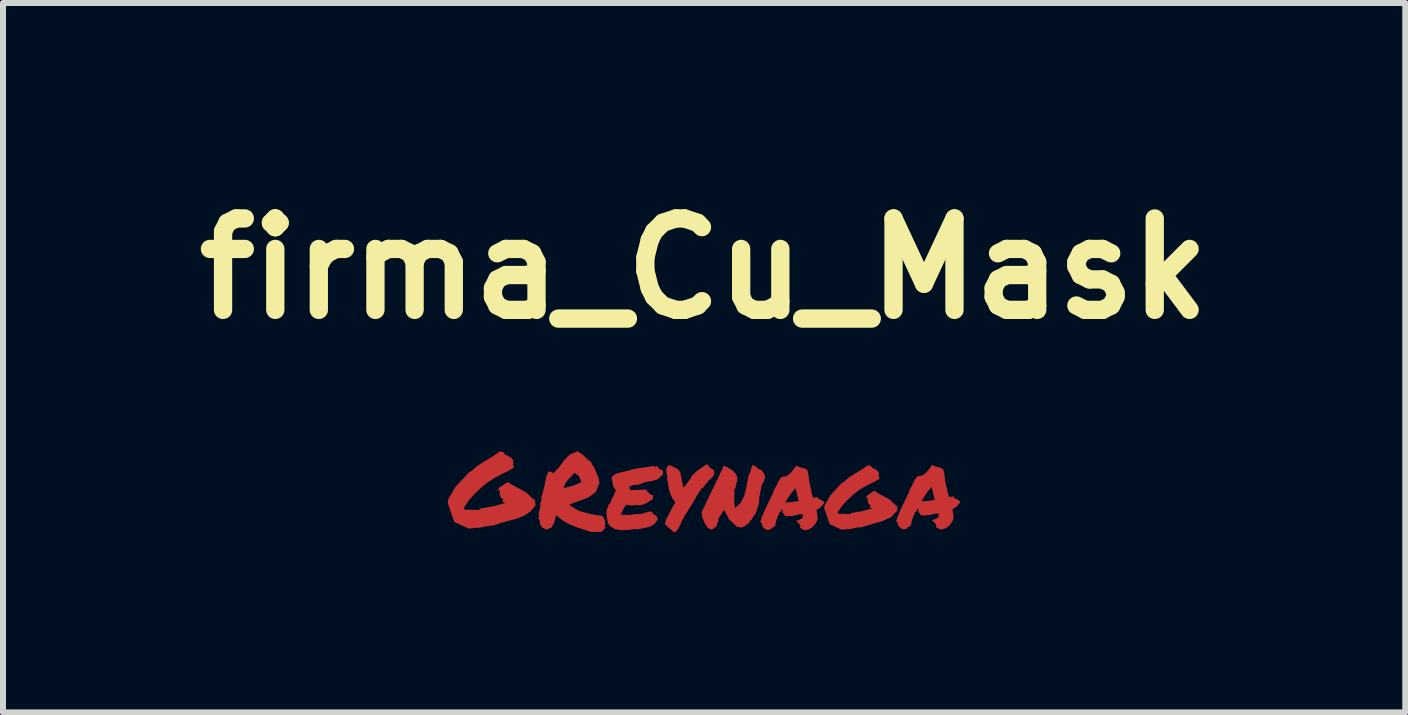
<source format=kicad_pcb>
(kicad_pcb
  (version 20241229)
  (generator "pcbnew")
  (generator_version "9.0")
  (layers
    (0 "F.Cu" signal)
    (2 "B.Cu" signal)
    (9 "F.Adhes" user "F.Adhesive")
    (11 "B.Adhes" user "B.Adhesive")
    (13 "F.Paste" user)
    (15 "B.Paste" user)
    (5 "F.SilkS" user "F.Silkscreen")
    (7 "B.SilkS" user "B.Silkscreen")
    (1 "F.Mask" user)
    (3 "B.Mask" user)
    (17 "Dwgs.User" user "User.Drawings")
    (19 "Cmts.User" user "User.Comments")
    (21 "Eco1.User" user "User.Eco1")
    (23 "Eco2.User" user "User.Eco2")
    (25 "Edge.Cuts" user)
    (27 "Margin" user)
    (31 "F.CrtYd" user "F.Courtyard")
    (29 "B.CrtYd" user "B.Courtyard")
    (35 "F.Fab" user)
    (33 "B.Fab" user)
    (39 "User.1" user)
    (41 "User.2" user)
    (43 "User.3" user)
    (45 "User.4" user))
  (footprint "firma_Cu_Mask"
    (layer "F.Cu")
    (at 8.687 5.157)
    (property "Reference" "firma_Cu_Mask" (at 0 -3.731 0) (layer "F.SilkS") (effects (font (size 1.524 1.524) (thickness 0.305))))
    (attr smd)
    (fp_poly (pts (xy 3.223 0.299) (xy 3.115 0.414) (xy 2.966 0.481) (xy 2.796 0.528) (xy 2.625 0.581) (xy 2.582 0.583) (xy 2.548 0.588) (xy 2.517 0.593) (xy 2.482 0.597) (xy 2.474 0.6) (xy 2.469 0.607) (xy 2.415 0.612) (xy 2.377 0.612) (xy 2.334 0.618) (xy 2.296 0.623) (xy 2.093 0.531) (xy 2.012 0.294) (xy 2.009 0.283) (xy 2.002 0.278) (xy 2.005 0.249) (xy 2.007 0.218) (xy 2.109 0.042) (xy 2.245 -0.103) (xy 2.265 -0.123) (xy 2.281 -0.144) (xy 2.3 -0.161) (xy 2.326 -0.173) (xy 2.412 -0.249) (xy 2.517 -0.314) (xy 2.625 -0.378) (xy 2.725 -0.45) (xy 2.753 -0.445) (xy 2.772 -0.445) (xy 2.804 -0.409) (xy 2.848 -0.387) (xy 2.889 -0.361) (xy 2.918 -0.32) (xy 2.908 -0.311) (xy 2.913 -0.295) (xy 2.915 -0.28) (xy 2.903 -0.273) (xy 2.913 -0.263) (xy 2.923 -0.254) (xy 2.918 -0.24) (xy 2.918 -0.223) (xy 2.841 -0.18) (xy 2.753 -0.135) (xy 2.658 -0.085) (xy 2.563 -0.025) (xy 2.469 0.053) (xy 2.375 0.14) (xy 2.291 0.237) (xy 2.224 0.333) (xy 2.231 0.347) (xy 2.239 0.359) (xy 2.341 0.359) (xy 2.437 0.364) (xy 2.444 0.354) (xy 2.453 0.344) (xy 2.636 0.313) (xy 2.808 0.266) (xy 2.782 0.258) (xy 2.761 0.249) (xy 2.761 0.235) (xy 2.779 0.221) (xy 2.739 0.187) (xy 2.722 0.132) (xy 2.732 0.111) (xy 2.722 0.092) (xy 2.713 0.092) (xy 2.71 0.097) (xy 2.708 0.104) (xy 2.699 0.103) (xy 2.706 0.077) (xy 2.717 0.053) (xy 2.835 -0.027) (xy 2.882 0.004) (xy 2.939 0.037) (xy 3.001 0.07) (xy 3.061 0.101) (xy 3.104 0.128) (xy 3.14 0.165) (xy 3.175 0.199) (xy 3.218 0.228) (xy 3.22 0.265) (xy 3.223 0.299) (xy 3.223 0.299)) (stroke (width 0) (type solid)) (fill yes) (layer "F.Cu"))
    (fp_poly (pts (xy -4.274 0.192) (xy -4.269 0.158) (xy -4.267 0.118) (xy -4.146 -0.092) (xy -3.983 -0.264) (xy -3.959 -0.288) (xy -3.94 -0.314) (xy -3.917 -0.335) (xy -3.886 -0.349) (xy -3.783 -0.44) (xy -3.657 -0.519) (xy -3.526 -0.597) (xy -3.406 -0.683) (xy -3.376 -0.674) (xy -3.352 -0.676) (xy -3.313 -0.629) (xy -3.261 -0.603) (xy -3.211 -0.572) (xy -3.175 -0.524) (xy -3.187 -0.516) (xy -3.182 -0.497) (xy -3.178 -0.478) (xy -3.194 -0.469) (xy -3.182 -0.457) (xy -3.17 -0.445) (xy -3.175 -0.428) (xy -3.175 -0.409) (xy -3.268 -0.355) (xy -3.375 -0.304) (xy -3.488 -0.243) (xy -3.602 -0.171) (xy -3.717 -0.08) (xy -3.828 0.027) (xy -3.928 0.142) (xy -4.007 0.258) (xy -3.998 0.273) (xy -3.988 0.289) (xy -3.866 0.289) (xy -3.752 0.296) (xy -3.743 0.282) (xy -3.733 0.27) (xy -3.514 0.232) (xy -3.308 0.177) (xy -3.363 0.158) (xy -3.363 0.141) (xy -3.344 0.123) (xy -3.39 0.082) (xy -3.411 0.015) (xy -3.399 -0.009) (xy -3.411 -0.032) (xy -3.421 -0.032) (xy -3.425 -0.025) (xy -3.428 -0.018) (xy -3.437 -0.018) (xy -3.428 -0.049) (xy -3.418 -0.078) (xy -3.275 -0.173) (xy -3.22 -0.137) (xy -3.151 -0.099) (xy -3.077 -0.059) (xy -3.006 -0.021) (xy -2.953 0.013) (xy -2.91 0.055) (xy -2.868 0.096) (xy -2.818 0.13) (xy -2.815 0.175) (xy -2.811 0.217) (xy -2.891 0.316) (xy -2.996 0.385) (xy -3.118 0.435) (xy -3.252 0.473) (xy -3.392 0.511) (xy -3.528 0.556) (xy -3.578 0.558) (xy -3.618 0.563) (xy -3.655 0.57) (xy -3.697 0.575) (xy -3.709 0.578) (xy -3.716 0.587) (xy -3.778 0.592) (xy -3.824 0.592) (xy -3.874 0.599) (xy -3.922 0.604) (xy -4.165 0.494) (xy -4.262 0.21) (xy -4.265 0.199) (xy -4.274 0.192) (xy -4.274 0.192)) (stroke (width 0) (type solid)) (fill yes) (layer "F.Cu"))
    (fp_poly (pts (xy -2.739 0.461) (xy -2.315 -0.149) (xy -2.344 -0.07) (xy -2.193 -0.109) (xy -2.043 -0.171) (xy -2.088 -0.273) (xy -2.164 -0.326) (xy -2.164 -0.326) (xy -2.213 -0.266) (xy -2.269 -0.211) (xy -2.315 -0.149) (xy -2.739 0.461) (xy -2.754 0.449) (xy -2.77 0.419) (xy -2.751 0.419) (xy -2.758 0.351) (xy -2.742 0.288) (xy -2.728 0.23) (xy -2.734 0.17) (xy -2.721 0.166) (xy -2.715 0.142) (xy -2.713 0.111) (xy -2.715 0.084) (xy -2.68 -0.027) (xy -2.656 -0.139) (xy -2.634 -0.247) (xy -2.599 -0.347) (xy -2.549 -0.34) (xy -2.513 -0.318) (xy -2.418 -0.418) (xy -2.336 -0.531) (xy -2.239 -0.631) (xy -2.107 -0.683) (xy -2.014 -0.619) (xy -1.929 -0.537) (xy -1.903 -0.518) (xy -1.876 -0.5) (xy -1.876 -0.475) (xy -1.836 -0.421) (xy -1.807 -0.357) (xy -1.781 -0.29) (xy -1.753 -0.227) (xy -1.757 -0.208) (xy -1.753 -0.192) (xy -1.748 -0.175) (xy -1.746 -0.152) (xy -1.807 -0.004) (xy -1.934 0.087) (xy -2.093 0.147) (xy -2.246 0.201) (xy -2.239 0.208) (xy -2.234 0.218) (xy -2.155 0.268) (xy -2.101 0.301) (xy -2.046 0.321) (xy -1.962 0.342) (xy -1.879 0.363) (xy -1.824 0.375) (xy -1.772 0.382) (xy -1.698 0.39) (xy -1.667 0.435) (xy -1.65 0.487) (xy -1.648 0.537) (xy -1.662 0.573) (xy -1.653 0.58) (xy -1.636 0.58) (xy -1.657 0.6) (xy -1.674 0.624) (xy -1.695 0.647) (xy -1.722 0.659) (xy -1.881 0.661) (xy -2.127 0.581) (xy -2.248 0.531) (xy -2.329 0.488) (xy -2.392 0.442) (xy -2.46 0.382) (xy -2.467 0.388) (xy -2.472 0.395) (xy -2.499 0.507) (xy -2.551 0.595) (xy -2.589 0.6) (xy -2.611 0.619) (xy -2.637 0.618) (xy -2.653 0.609) (xy -2.668 0.599) (xy -2.696 0.595) (xy -2.706 0.566) (xy -2.734 0.552) (xy -2.73 0.526) (xy -2.735 0.506) (xy -2.742 0.485) (xy -2.739 0.461) (xy -2.739 0.461)) (stroke (width 0) (type solid)) (fill yes) (layer "F.Cu"))
    (fp_poly (pts (xy -0.685 -0.361) (xy -0.685 -0.342) (xy -0.687 -0.332) (xy -0.687 -0.32) (xy -0.684 -0.302) (xy -0.768 -0.221) (xy -0.87 -0.19) (xy -0.983 -0.171) (xy -1.097 -0.127) (xy -1.138 -0.127) (xy -1.19 -0.121) (xy -1.216 -0.106) (xy -1.247 -0.097) (xy -1.242 -0.065) (xy -1.237 -0.039) (xy -1.104 -0.04) (xy -0.959 -0.049) (xy -0.961 -0.037) (xy -0.963 -0.028) (xy -0.939 -0.006) (xy -0.914 0.018) (xy -0.89 0.039) (xy -0.859 0.044) (xy -0.851 0.075) (xy -0.854 0.108) (xy -0.909 0.147) (xy -0.968 0.182) (xy -1.031 0.208) (xy -1.106 0.215) (xy -1.119 0.215) (xy -1.13 0.209) (xy -1.169 0.215) (xy -1.207 0.22) (xy -1.254 0.213) (xy -1.3 0.206) (xy -1.35 0.283) (xy -1.39 0.371) (xy -1.293 0.378) (xy -1.219 0.373) (xy -1.149 0.364) (xy -1.057 0.361) (xy -0.976 0.337) (xy -0.889 0.316) (xy -0.864 0.335) (xy -0.845 0.359) (xy -0.825 0.378) (xy -0.799 0.385) (xy -0.79 0.402) (xy -0.785 0.42) (xy -0.78 0.435) (xy -0.764 0.438) (xy -0.825 0.526) (xy -0.901 0.571) (xy -0.997 0.595) (xy -1.112 0.616) (xy -1.138 0.614) (xy -1.162 0.611) (xy -1.257 0.626) (xy -1.369 0.631) (xy -1.478 0.616) (xy -1.562 0.571) (xy -1.581 0.544) (xy -1.603 0.518) (xy -1.61 0.468) (xy -1.621 0.411) (xy -1.629 0.351) (xy -1.626 0.297) (xy -1.605 0.251) (xy -1.593 0.206) (xy -1.583 0.197) (xy -1.569 0.191) (xy -1.547 0.132) (xy -1.522 0.079) (xy -1.497 0.027) (xy -1.471 -0.033) (xy -1.507 -0.082) (xy -1.522 -0.135) (xy -1.531 -0.19) (xy -1.543 -0.249) (xy -1.502 -0.29) (xy -1.447 -0.318) (xy -1.383 -0.335) (xy -1.31 -0.35) (xy -1.188 -0.385) (xy -1.081 -0.404) (xy -0.971 -0.419) (xy -0.842 -0.44) (xy -0.813 -0.424) (xy -0.797 -0.433) (xy -0.789 -0.443) (xy -0.746 -0.393) (xy -0.685 -0.361) (xy -0.685 -0.361)) (stroke (width 0) (type solid)) (fill yes) (layer "F.Cu"))
    (fp_poly (pts (xy -0.176 0.158) (xy -0.196 0.183) (xy -0.213 0.213) (xy -0.232 0.249) (xy -0.258 0.28) (xy -0.275 0.321) (xy -0.303 0.354) (xy -0.384 0.504) (xy -0.394 0.535) (xy -0.41 0.562) (xy -0.417 0.574) (xy -0.422 0.583) (xy -0.425 0.6) (xy -0.444 0.624) (xy -0.463 0.643) (xy -0.475 0.657) (xy -0.501 0.667) (xy -0.654 0.533) (xy -0.653 0.516) (xy -0.647 0.499) (xy -0.641 0.478) (xy -0.625 0.43) (xy -0.596 0.387) (xy -0.58 0.349) (xy -0.539 0.268) (xy -0.501 0.202) (xy -0.479 0.164) (xy -0.52 0.115) (xy -0.56 0.032) (xy -0.584 -0.039) (xy -0.589 -0.077) (xy -0.596 -0.109) (xy -0.604 -0.147) (xy -0.608 -0.187) (xy -0.618 -0.211) (xy -0.615 -0.228) (xy -0.613 -0.259) (xy -0.622 -0.301) (xy -0.63 -0.339) (xy -0.632 -0.38) (xy -0.622 -0.418) (xy -0.589 -0.451) (xy -0.56 -0.452) (xy -0.53 -0.435) (xy -0.501 -0.419) (xy -0.465 -0.402) (xy -0.429 -0.38) (xy -0.417 -0.356) (xy -0.394 -0.337) (xy -0.394 -0.318) (xy -0.393 -0.299) (xy -0.386 -0.271) (xy -0.379 -0.251) (xy -0.374 -0.204) (xy -0.363 -0.165) (xy -0.353 -0.125) (xy -0.351 -0.08) (xy -0.334 -0.092) (xy -0.327 -0.097) (xy -0.32 -0.103) (xy -0.219 -0.24) (xy -0.222 -0.258) (xy -0.186 -0.292) (xy -0.16 -0.318) (xy -0.138 -0.344) (xy -0.119 -0.358) (xy 0.038 -0.464) (xy 0.062 -0.468) (xy 0.069 -0.445) (xy 0.097 -0.411) (xy 0.143 -0.382) (xy 0.159 -0.371) (xy 0.167 -0.345) (xy 0.166 -0.33) (xy 0.173 -0.313) (xy 0.138 -0.252) (xy 0.1 -0.218) (xy 0.071 -0.192) (xy 0.052 -0.165) (xy 0.04 -0.151) (xy -0.007 -0.096) (xy -0.012 -0.075) (xy -0.033 -0.075) (xy -0.041 -0.068) (xy -0.058 -0.039) (xy -0.076 -0.016) (xy -0.084 -0.008) (xy -0.089 0.006) (xy -0.095 0.02) (xy -0.122 0.054) (xy -0.134 0.078) (xy -0.148 0.106) (xy -0.167 0.132) (xy -0.176 0.158)) (stroke (width 0) (type solid)) (fill yes) (layer "F.Cu"))
    (fp_poly (pts (xy 0.333 0.295) (xy 0.31 0.314) (xy 0.296 0.344) (xy 0.284 0.373) (xy 0.267 0.385) (xy 0.257 0.409) (xy 0.243 0.431) (xy 0.233 0.456) (xy 0.236 0.485) (xy 0.219 0.514) (xy 0.21 0.55) (xy 0.197 0.58) (xy 0.159 0.59) (xy 0.157 0.599) (xy 0.162 0.611) (xy 0.133 0.612) (xy 0.11 0.621) (xy 0.055 0.585) (xy 0.017 0.528) (xy -0.012 0.462) (xy -0.036 0.406) (xy -0.034 0.369) (xy -0.046 0.338) (xy -0.025 0.293) (xy -0.003 0.247) (xy 0.019 0.201) (xy 0.042 0.153) (xy 0.065 0.105) (xy 0.089 0.056) (xy 0.113 0.006) (xy 0.138 -0.044) (xy 0.163 -0.095) (xy 0.187 -0.145) (xy 0.211 -0.196) (xy 0.235 -0.246) (xy 0.259 -0.296) (xy 0.282 -0.346) (xy 0.305 -0.396) (xy 0.327 -0.445) (xy 0.405 -0.409) (xy 0.476 -0.364) (xy 0.531 -0.304) (xy 0.56 -0.23) (xy 0.551 -0.221) (xy 0.545 -0.22) (xy 0.551 -0.208) (xy 0.551 -0.201) (xy 0.551 -0.19) (xy 0.557 -0.175) (xy 0.546 -0.173) (xy 0.536 -0.173) (xy 0.539 -0.142) (xy 0.532 -0.12) (xy 0.524 -0.099) (xy 0.526 -0.072) (xy 0.517 -0.068) (xy 0.514 -0.063) (xy 0.508 -0.058) (xy 0.501 -0.058) (xy 0.505 0.018) (xy 0.501 0.095) (xy 0.503 0.176) (xy 0.515 0.263) (xy 0.613 0.17) (xy 0.674 0.042) (xy 0.71 -0.11) (xy 0.736 -0.275) (xy 0.76 -0.313) (xy 0.775 -0.359) (xy 0.789 -0.409) (xy 0.806 -0.456) (xy 0.849 -0.439) (xy 0.884 -0.411) (xy 0.917 -0.383) (xy 0.96 -0.368) (xy 0.998 -0.311) (xy 1.02 -0.252) (xy 1.006 -0.221) (xy 0.998 -0.187) (xy 0.984 -0.154) (xy 0.96 -0.13) (xy 0.946 -0.047) (xy 0.93 0.025) (xy 0.918 0.101) (xy 0.915 0.185) (xy 0.886 0.269) (xy 0.861 0.35) (xy 0.818 0.404) (xy 0.786 0.466) (xy 0.777 0.469) (xy 0.765 0.464) (xy 0.765 0.474) (xy 0.76 0.481) (xy 0.756 0.488) (xy 0.76 0.502) (xy 0.717 0.531) (xy 0.675 0.566) (xy 0.624 0.586) (xy 0.546 0.574) (xy 0.421 0.455) (xy 0.333 0.295) (xy 0.333 0.295)) (stroke (width 0) (type solid)) (fill yes) (layer "F.Cu"))
    (fp_poly (pts (xy 1.886 0.464) (xy 1.389 0.166) (xy 1.482 0.159) (xy 1.576 0.144) (xy 1.55 0.037) (xy 1.521 -0.075) (xy 1.511 -0.058) (xy 1.444 0.023) (xy 1.39 0.108) (xy 1.37 0.139) (xy 1.351 0.17) (xy 1.37 0.168) (xy 1.389 0.166) (xy 1.389 0.166) (xy 1.886 0.464) (xy 1.855 0.524) (xy 1.809 0.578) (xy 1.75 0.616) (xy 1.681 0.633) (xy 1.65 0.621) (xy 1.635 0.611) (xy 1.625 0.605) (xy 1.618 0.6) (xy 1.597 0.592) (xy 1.604 0.569) (xy 1.602 0.549) (xy 1.581 0.526) (xy 1.571 0.516) (xy 1.563 0.505) (xy 1.533 0.473) (xy 1.58 0.461) (xy 1.637 0.43) (xy 1.649 0.366) (xy 1.59 0.364) (xy 1.544 0.376) (xy 1.48 0.392) (xy 1.411 0.397) (xy 1.385 0.397) (xy 1.359 0.394) (xy 1.342 0.39) (xy 1.335 0.37) (xy 1.328 0.363) (xy 1.309 0.34) (xy 1.306 0.302) (xy 1.296 0.271) (xy 1.28 0.314) (xy 1.273 0.332) (xy 1.256 0.335) (xy 1.251 0.344) (xy 1.249 0.352) (xy 1.24 0.382) (xy 1.234 0.388) (xy 1.227 0.394) (xy 1.218 0.425) (xy 1.208 0.454) (xy 1.192 0.499) (xy 1.189 0.54) (xy 1.182 0.559) (xy 1.163 0.576) (xy 1.142 0.587) (xy 1.132 0.593) (xy 1.123 0.597) (xy 1.118 0.616) (xy 1.098 0.619) (xy 1.07 0.624) (xy 1.053 0.626) (xy 1.035 0.624) (xy 1.006 0.6) (xy 0.982 0.581) (xy 0.965 0.55) (xy 0.961 0.531) (xy 0.958 0.514) (xy 0.953 0.504) (xy 0.93 0.483) (xy 0.949 0.468) (xy 0.951 0.438) (xy 1.023 0.27) (xy 1.104 0.104) (xy 1.13 0.049) (xy 1.158 -0.006) (xy 1.156 -0.018) (xy 1.16 -0.034) (xy 1.191 -0.085) (xy 1.215 -0.134) (xy 1.242 -0.19) (xy 1.28 -0.247) (xy 1.308 -0.259) (xy 1.32 -0.263) (xy 1.335 -0.266) (xy 1.361 -0.263) (xy 1.445 -0.325) (xy 1.52 -0.423) (xy 1.537 -0.447) (xy 1.559 -0.433) (xy 1.583 -0.423) (xy 1.616 -0.414) (xy 1.675 -0.399) (xy 1.719 -0.373) (xy 1.731 -0.332) (xy 1.737 -0.304) (xy 1.745 -0.245) (xy 1.752 -0.18) (xy 1.766 -0.121) (xy 1.778 -0.065) (xy 1.795 0.016) (xy 1.818 0.089) (xy 1.835 0.09) (xy 1.852 0.085) (xy 1.874 0.082) (xy 1.893 0.08) (xy 1.9 0.097) (xy 1.918 0.115) (xy 1.95 0.125) (xy 1.969 0.14) (xy 1.983 0.151) (xy 2.009 0.161) (xy 1.995 0.187) (xy 1.945 0.247) (xy 1.874 0.294) (xy 1.876 0.314) (xy 1.881 0.333) (xy 1.89 0.394) (xy 1.89 0.457) (xy 1.886 0.464)) (stroke (width 0) (type solid)) (fill yes) (layer "F.Cu"))
    (fp_poly (pts (xy 4.151 0.452) (xy 3.657 0.148) (xy 3.75 0.141) (xy 3.845 0.125) (xy 3.819 0.018) (xy 3.79 -0.093) (xy 3.779 -0.076) (xy 3.712 0.005) (xy 3.659 0.089) (xy 3.638 0.12) (xy 3.619 0.151) (xy 3.638 0.149) (xy 3.657 0.148) (xy 3.657 0.148) (xy 4.151 0.452) (xy 4.12 0.513) (xy 4.074 0.566) (xy 4.015 0.604) (xy 3.946 0.621) (xy 3.915 0.609) (xy 3.9 0.599) (xy 3.89 0.594) (xy 3.883 0.589) (xy 3.862 0.58) (xy 3.869 0.558) (xy 3.867 0.537) (xy 3.846 0.514) (xy 3.836 0.504) (xy 3.828 0.494) (xy 3.798 0.461) (xy 3.845 0.449) (xy 3.902 0.418) (xy 3.914 0.354) (xy 3.855 0.353) (xy 3.809 0.365) (xy 3.745 0.38) (xy 3.676 0.385) (xy 3.65 0.385) (xy 3.624 0.382) (xy 3.607 0.379) (xy 3.6 0.358) (xy 3.593 0.351) (xy 3.574 0.329) (xy 3.571 0.291) (xy 3.561 0.26) (xy 3.545 0.303) (xy 3.538 0.32) (xy 3.521 0.323) (xy 3.516 0.332) (xy 3.514 0.341) (xy 3.505 0.37) (xy 3.499 0.377) (xy 3.492 0.382) (xy 3.483 0.413) (xy 3.473 0.442) (xy 3.457 0.487) (xy 3.454 0.528) (xy 3.447 0.547) (xy 3.428 0.565) (xy 3.407 0.575) (xy 3.397 0.582) (xy 3.388 0.585) (xy 3.383 0.604) (xy 3.363 0.608) (xy 3.335 0.613) (xy 3.318 0.614) (xy 3.3 0.613) (xy 3.271 0.589) (xy 3.247 0.57) (xy 3.23 0.539) (xy 3.226 0.52) (xy 3.223 0.502) (xy 3.218 0.492) (xy 3.195 0.471) (xy 3.214 0.456) (xy 3.216 0.427) (xy 3.288 0.258) (xy 3.369 0.092) (xy 3.395 0.037) (xy 3.423 -0.018) (xy 3.421 -0.03) (xy 3.425 -0.045) (xy 3.456 -0.097) (xy 3.48 -0.145) (xy 3.507 -0.202) (xy 3.545 -0.259) (xy 3.573 -0.271) (xy 3.585 -0.274) (xy 3.6 -0.278) (xy 3.626 -0.274) (xy 3.71 -0.336) (xy 3.785 -0.435) (xy 3.802 -0.459) (xy 3.824 -0.445) (xy 3.848 -0.435) (xy 3.881 -0.426) (xy 3.94 -0.41) (xy 3.984 -0.385) (xy 3.996 -0.343) (xy 4.002 -0.316) (xy 4.01 -0.257) (xy 4.017 -0.192) (xy 4.031 -0.133) (xy 4.043 -0.076) (xy 4.06 0.005) (xy 4.083 0.077) (xy 4.1 0.079) (xy 4.117 0.074) (xy 4.139 0.07) (xy 4.158 0.068) (xy 4.165 0.086) (xy 4.183 0.103) (xy 4.215 0.113) (xy 4.234 0.129) (xy 4.248 0.139) (xy 4.274 0.149) (xy 4.26 0.175) (xy 4.21 0.236) (xy 4.139 0.282) (xy 4.141 0.303) (xy 4.146 0.322) (xy 4.155 0.382) (xy 4.155 0.446) (xy 4.151 0.452)) (stroke (width 0) (type solid)) (fill yes) (layer "F.Cu"))
    (fp_poly (pts (xy 3.223 0.299) (xy 3.115 0.414) (xy 2.966 0.481) (xy 2.796 0.528) (xy 2.625 0.581) (xy 2.582 0.583) (xy 2.548 0.588) (xy 2.517 0.593) (xy 2.482 0.597) (xy 2.474 0.6) (xy 2.469 0.607) (xy 2.415 0.612) (xy 2.377 0.612) (xy 2.334 0.618) (xy 2.296 0.623) (xy 2.093 0.531) (xy 2.012 0.294) (xy 2.009 0.283) (xy 2.002 0.278) (xy 2.005 0.249) (xy 2.007 0.218) (xy 2.109 0.042) (xy 2.245 -0.103) (xy 2.265 -0.123) (xy 2.281 -0.144) (xy 2.3 -0.161) (xy 2.326 -0.173) (xy 2.412 -0.249) (xy 2.517 -0.314) (xy 2.625 -0.378) (xy 2.725 -0.45) (xy 2.753 -0.445) (xy 2.772 -0.445) (xy 2.804 -0.409) (xy 2.848 -0.387) (xy 2.889 -0.361) (xy 2.918 -0.32) (xy 2.908 -0.311) (xy 2.913 -0.295) (xy 2.915 -0.28) (xy 2.903 -0.273) (xy 2.913 -0.263) (xy 2.923 -0.254) (xy 2.918 -0.24) (xy 2.918 -0.223) (xy 2.841 -0.18) (xy 2.753 -0.135) (xy 2.658 -0.085) (xy 2.563 -0.025) (xy 2.469 0.053) (xy 2.375 0.14) (xy 2.291 0.237) (xy 2.224 0.333) (xy 2.231 0.347) (xy 2.239 0.359) (xy 2.341 0.359) (xy 2.437 0.364) (xy 2.444 0.354) (xy 2.453 0.344) (xy 2.636 0.313) (xy 2.808 0.266) (xy 2.782 0.258) (xy 2.761 0.249) (xy 2.761 0.235) (xy 2.779 0.221) (xy 2.739 0.187) (xy 2.722 0.132) (xy 2.732 0.111) (xy 2.722 0.092) (xy 2.713 0.092) (xy 2.71 0.097) (xy 2.708 0.104) (xy 2.699 0.103) (xy 2.706 0.077) (xy 2.717 0.053) (xy 2.835 -0.027) (xy 2.882 0.004) (xy 2.939 0.037) (xy 3.001 0.07) (xy 3.061 0.101) (xy 3.104 0.128) (xy 3.14 0.165) (xy 3.175 0.199) (xy 3.218 0.228) (xy 3.22 0.265) (xy 3.223 0.299) (xy 3.223 0.299)) (stroke (width 0) (type solid)) (fill yes) (layer "F.Mask"))
    (fp_poly (pts (xy -4.274 0.192) (xy -4.269 0.158) (xy -4.267 0.118) (xy -4.146 -0.092) (xy -3.983 -0.264) (xy -3.959 -0.288) (xy -3.94 -0.314) (xy -3.917 -0.335) (xy -3.886 -0.349) (xy -3.783 -0.44) (xy -3.657 -0.519) (xy -3.526 -0.597) (xy -3.406 -0.683) (xy -3.376 -0.674) (xy -3.352 -0.676) (xy -3.313 -0.629) (xy -3.261 -0.603) (xy -3.211 -0.572) (xy -3.175 -0.524) (xy -3.187 -0.516) (xy -3.182 -0.497) (xy -3.178 -0.478) (xy -3.194 -0.469) (xy -3.182 -0.457) (xy -3.17 -0.445) (xy -3.175 -0.428) (xy -3.175 -0.409) (xy -3.268 -0.355) (xy -3.375 -0.304) (xy -3.488 -0.243) (xy -3.602 -0.171) (xy -3.717 -0.08) (xy -3.828 0.027) (xy -3.928 0.142) (xy -4.007 0.258) (xy -3.998 0.273) (xy -3.988 0.289) (xy -3.866 0.289) (xy -3.752 0.296) (xy -3.743 0.282) (xy -3.733 0.27) (xy -3.514 0.232) (xy -3.308 0.177) (xy -3.363 0.158) (xy -3.363 0.141) (xy -3.344 0.123) (xy -3.39 0.082) (xy -3.411 0.015) (xy -3.399 -0.009) (xy -3.411 -0.032) (xy -3.421 -0.032) (xy -3.425 -0.025) (xy -3.428 -0.018) (xy -3.437 -0.018) (xy -3.428 -0.049) (xy -3.418 -0.078) (xy -3.275 -0.173) (xy -3.22 -0.137) (xy -3.151 -0.099) (xy -3.077 -0.059) (xy -3.006 -0.021) (xy -2.953 0.013) (xy -2.91 0.055) (xy -2.868 0.096) (xy -2.818 0.13) (xy -2.815 0.175) (xy -2.811 0.217) (xy -2.891 0.316) (xy -2.996 0.385) (xy -3.118 0.435) (xy -3.252 0.473) (xy -3.392 0.511) (xy -3.528 0.556) (xy -3.578 0.558) (xy -3.618 0.563) (xy -3.655 0.57) (xy -3.697 0.575) (xy -3.709 0.578) (xy -3.716 0.587) (xy -3.778 0.592) (xy -3.824 0.592) (xy -3.874 0.599) (xy -3.922 0.604) (xy -4.165 0.494) (xy -4.262 0.21) (xy -4.265 0.199) (xy -4.274 0.192) (xy -4.274 0.192)) (stroke (width 0) (type solid)) (fill yes) (layer "F.Mask"))
    (fp_poly (pts (xy -2.739 0.461) (xy -2.315 -0.149) (xy -2.344 -0.07) (xy -2.193 -0.109) (xy -2.043 -0.171) (xy -2.088 -0.273) (xy -2.164 -0.326) (xy -2.164 -0.326) (xy -2.213 -0.266) (xy -2.269 -0.211) (xy -2.315 -0.149) (xy -2.739 0.461) (xy -2.754 0.449) (xy -2.77 0.419) (xy -2.751 0.419) (xy -2.758 0.351) (xy -2.742 0.288) (xy -2.728 0.23) (xy -2.734 0.17) (xy -2.721 0.166) (xy -2.715 0.142) (xy -2.713 0.111) (xy -2.715 0.084) (xy -2.68 -0.027) (xy -2.656 -0.139) (xy -2.634 -0.247) (xy -2.599 -0.347) (xy -2.549 -0.34) (xy -2.513 -0.318) (xy -2.418 -0.418) (xy -2.336 -0.531) (xy -2.239 -0.631) (xy -2.107 -0.683) (xy -2.014 -0.619) (xy -1.929 -0.537) (xy -1.903 -0.518) (xy -1.876 -0.5) (xy -1.876 -0.475) (xy -1.836 -0.421) (xy -1.807 -0.357) (xy -1.781 -0.29) (xy -1.753 -0.227) (xy -1.757 -0.208) (xy -1.753 -0.192) (xy -1.748 -0.175) (xy -1.746 -0.152) (xy -1.807 -0.004) (xy -1.934 0.087) (xy -2.093 0.147) (xy -2.246 0.201) (xy -2.239 0.208) (xy -2.234 0.218) (xy -2.155 0.268) (xy -2.101 0.301) (xy -2.046 0.321) (xy -1.962 0.342) (xy -1.879 0.363) (xy -1.824 0.375) (xy -1.772 0.382) (xy -1.698 0.39) (xy -1.667 0.435) (xy -1.65 0.487) (xy -1.648 0.537) (xy -1.662 0.573) (xy -1.653 0.58) (xy -1.636 0.58) (xy -1.657 0.6) (xy -1.674 0.624) (xy -1.695 0.647) (xy -1.722 0.659) (xy -1.881 0.661) (xy -2.127 0.581) (xy -2.248 0.531) (xy -2.329 0.488) (xy -2.392 0.442) (xy -2.46 0.382) (xy -2.467 0.388) (xy -2.472 0.395) (xy -2.499 0.507) (xy -2.551 0.595) (xy -2.589 0.6) (xy -2.611 0.619) (xy -2.637 0.618) (xy -2.653 0.609) (xy -2.668 0.599) (xy -2.696 0.595) (xy -2.706 0.566) (xy -2.734 0.552) (xy -2.73 0.526) (xy -2.735 0.506) (xy -2.742 0.485) (xy -2.739 0.461) (xy -2.739 0.461)) (stroke (width 0) (type solid)) (fill yes) (layer "F.Mask"))
    (fp_poly (pts (xy -0.685 -0.361) (xy -0.685 -0.342) (xy -0.687 -0.332) (xy -0.687 -0.32) (xy -0.684 -0.302) (xy -0.768 -0.221) (xy -0.87 -0.19) (xy -0.983 -0.171) (xy -1.097 -0.127) (xy -1.138 -0.127) (xy -1.19 -0.121) (xy -1.216 -0.106) (xy -1.247 -0.097) (xy -1.242 -0.065) (xy -1.237 -0.039) (xy -1.104 -0.04) (xy -0.959 -0.049) (xy -0.961 -0.037) (xy -0.963 -0.028) (xy -0.939 -0.006) (xy -0.914 0.018) (xy -0.89 0.039) (xy -0.859 0.044) (xy -0.851 0.075) (xy -0.854 0.108) (xy -0.909 0.147) (xy -0.968 0.182) (xy -1.031 0.208) (xy -1.106 0.215) (xy -1.119 0.215) (xy -1.13 0.209) (xy -1.169 0.215) (xy -1.207 0.22) (xy -1.254 0.213) (xy -1.3 0.206) (xy -1.35 0.283) (xy -1.39 0.371) (xy -1.293 0.378) (xy -1.219 0.373) (xy -1.149 0.364) (xy -1.057 0.361) (xy -0.976 0.337) (xy -0.889 0.316) (xy -0.864 0.335) (xy -0.845 0.359) (xy -0.825 0.378) (xy -0.799 0.385) (xy -0.79 0.402) (xy -0.785 0.42) (xy -0.78 0.435) (xy -0.764 0.438) (xy -0.825 0.526) (xy -0.901 0.571) (xy -0.997 0.595) (xy -1.112 0.616) (xy -1.138 0.614) (xy -1.162 0.611) (xy -1.257 0.626) (xy -1.369 0.631) (xy -1.478 0.616) (xy -1.562 0.571) (xy -1.581 0.544) (xy -1.603 0.518) (xy -1.61 0.468) (xy -1.621 0.411) (xy -1.629 0.351) (xy -1.626 0.297) (xy -1.605 0.251) (xy -1.593 0.206) (xy -1.583 0.197) (xy -1.569 0.191) (xy -1.547 0.132) (xy -1.522 0.079) (xy -1.497 0.027) (xy -1.471 -0.033) (xy -1.507 -0.082) (xy -1.522 -0.135) (xy -1.531 -0.19) (xy -1.543 -0.249) (xy -1.502 -0.29) (xy -1.447 -0.318) (xy -1.383 -0.335) (xy -1.31 -0.35) (xy -1.188 -0.385) (xy -1.081 -0.404) (xy -0.971 -0.419) (xy -0.842 -0.44) (xy -0.813 -0.424) (xy -0.797 -0.433) (xy -0.789 -0.443) (xy -0.746 -0.393) (xy -0.685 -0.361) (xy -0.685 -0.361)) (stroke (width 0) (type solid)) (fill yes) (layer "F.Mask"))
    (fp_poly (pts (xy -0.176 0.158) (xy -0.196 0.183) (xy -0.213 0.213) (xy -0.232 0.249) (xy -0.258 0.28) (xy -0.275 0.321) (xy -0.303 0.354) (xy -0.384 0.504) (xy -0.394 0.535) (xy -0.41 0.562) (xy -0.417 0.574) (xy -0.422 0.583) (xy -0.425 0.6) (xy -0.444 0.624) (xy -0.463 0.643) (xy -0.475 0.657) (xy -0.501 0.667) (xy -0.654 0.533) (xy -0.653 0.516) (xy -0.647 0.499) (xy -0.641 0.478) (xy -0.625 0.43) (xy -0.596 0.387) (xy -0.58 0.349) (xy -0.539 0.268) (xy -0.501 0.202) (xy -0.479 0.164) (xy -0.52 0.115) (xy -0.56 0.032) (xy -0.584 -0.039) (xy -0.589 -0.077) (xy -0.596 -0.109) (xy -0.604 -0.147) (xy -0.608 -0.187) (xy -0.618 -0.211) (xy -0.615 -0.228) (xy -0.613 -0.259) (xy -0.622 -0.301) (xy -0.63 -0.339) (xy -0.632 -0.38) (xy -0.622 -0.418) (xy -0.589 -0.451) (xy -0.56 -0.452) (xy -0.53 -0.435) (xy -0.501 -0.419) (xy -0.465 -0.402) (xy -0.429 -0.38) (xy -0.417 -0.356) (xy -0.394 -0.337) (xy -0.394 -0.318) (xy -0.393 -0.299) (xy -0.386 -0.271) (xy -0.379 -0.251) (xy -0.374 -0.204) (xy -0.363 -0.165) (xy -0.353 -0.125) (xy -0.351 -0.08) (xy -0.334 -0.092) (xy -0.327 -0.097) (xy -0.32 -0.103) (xy -0.219 -0.24) (xy -0.222 -0.258) (xy -0.186 -0.292) (xy -0.16 -0.318) (xy -0.138 -0.344) (xy -0.119 -0.358) (xy 0.038 -0.464) (xy 0.062 -0.468) (xy 0.069 -0.445) (xy 0.097 -0.411) (xy 0.143 -0.382) (xy 0.159 -0.371) (xy 0.167 -0.345) (xy 0.166 -0.33) (xy 0.173 -0.313) (xy 0.138 -0.252) (xy 0.1 -0.218) (xy 0.071 -0.192) (xy 0.052 -0.165) (xy 0.04 -0.151) (xy -0.007 -0.096) (xy -0.012 -0.075) (xy -0.033 -0.075) (xy -0.041 -0.068) (xy -0.058 -0.039) (xy -0.076 -0.016) (xy -0.084 -0.008) (xy -0.089 0.006) (xy -0.095 0.02) (xy -0.122 0.054) (xy -0.134 0.078) (xy -0.148 0.106) (xy -0.167 0.132) (xy -0.176 0.158)) (stroke (width 0) (type solid)) (fill yes) (layer "F.Mask"))
    (fp_poly (pts (xy 0.333 0.295) (xy 0.31 0.314) (xy 0.296 0.344) (xy 0.284 0.373) (xy 0.267 0.385) (xy 0.257 0.409) (xy 0.243 0.431) (xy 0.233 0.456) (xy 0.236 0.485) (xy 0.219 0.514) (xy 0.21 0.55) (xy 0.197 0.58) (xy 0.159 0.59) (xy 0.157 0.599) (xy 0.162 0.611) (xy 0.133 0.612) (xy 0.11 0.621) (xy 0.055 0.585) (xy 0.017 0.528) (xy -0.012 0.462) (xy -0.036 0.406) (xy -0.034 0.369) (xy -0.046 0.338) (xy -0.025 0.293) (xy -0.003 0.247) (xy 0.019 0.201) (xy 0.042 0.153) (xy 0.065 0.105) (xy 0.089 0.056) (xy 0.113 0.006) (xy 0.138 -0.044) (xy 0.163 -0.095) (xy 0.187 -0.145) (xy 0.211 -0.196) (xy 0.235 -0.246) (xy 0.259 -0.296) (xy 0.282 -0.346) (xy 0.305 -0.396) (xy 0.327 -0.445) (xy 0.405 -0.409) (xy 0.476 -0.364) (xy 0.531 -0.304) (xy 0.56 -0.23) (xy 0.551 -0.221) (xy 0.545 -0.22) (xy 0.551 -0.208) (xy 0.551 -0.201) (xy 0.551 -0.19) (xy 0.557 -0.175) (xy 0.546 -0.173) (xy 0.536 -0.173) (xy 0.539 -0.142) (xy 0.532 -0.12) (xy 0.524 -0.099) (xy 0.526 -0.072) (xy 0.517 -0.068) (xy 0.514 -0.063) (xy 0.508 -0.058) (xy 0.501 -0.058) (xy 0.505 0.018) (xy 0.501 0.095) (xy 0.503 0.176) (xy 0.515 0.263) (xy 0.613 0.17) (xy 0.674 0.042) (xy 0.71 -0.11) (xy 0.736 -0.275) (xy 0.76 -0.313) (xy 0.775 -0.359) (xy 0.789 -0.409) (xy 0.806 -0.456) (xy 0.849 -0.439) (xy 0.884 -0.411) (xy 0.917 -0.383) (xy 0.96 -0.368) (xy 0.998 -0.311) (xy 1.02 -0.252) (xy 1.006 -0.221) (xy 0.998 -0.187) (xy 0.984 -0.154) (xy 0.96 -0.13) (xy 0.946 -0.047) (xy 0.93 0.025) (xy 0.918 0.101) (xy 0.915 0.185) (xy 0.886 0.269) (xy 0.861 0.35) (xy 0.818 0.404) (xy 0.786 0.466) (xy 0.777 0.469) (xy 0.765 0.464) (xy 0.765 0.474) (xy 0.76 0.481) (xy 0.756 0.488) (xy 0.76 0.502) (xy 0.717 0.531) (xy 0.675 0.566) (xy 0.624 0.586) (xy 0.546 0.574) (xy 0.421 0.455) (xy 0.333 0.295) (xy 0.333 0.295)) (stroke (width 0) (type solid)) (fill yes) (layer "F.Mask"))
    (fp_poly (pts (xy 1.886 0.464) (xy 1.389 0.166) (xy 1.482 0.159) (xy 1.576 0.144) (xy 1.55 0.037) (xy 1.521 -0.075) (xy 1.511 -0.058) (xy 1.444 0.023) (xy 1.39 0.108) (xy 1.37 0.139) (xy 1.351 0.17) (xy 1.37 0.168) (xy 1.389 0.166) (xy 1.389 0.166) (xy 1.886 0.464) (xy 1.855 0.524) (xy 1.809 0.578) (xy 1.75 0.616) (xy 1.681 0.633) (xy 1.65 0.621) (xy 1.635 0.611) (xy 1.625 0.605) (xy 1.618 0.6) (xy 1.597 0.592) (xy 1.604 0.569) (xy 1.602 0.549) (xy 1.581 0.526) (xy 1.571 0.516) (xy 1.563 0.505) (xy 1.533 0.473) (xy 1.58 0.461) (xy 1.637 0.43) (xy 1.649 0.366) (xy 1.59 0.364) (xy 1.544 0.376) (xy 1.48 0.392) (xy 1.411 0.397) (xy 1.385 0.397) (xy 1.359 0.394) (xy 1.342 0.39) (xy 1.335 0.37) (xy 1.328 0.363) (xy 1.309 0.34) (xy 1.306 0.302) (xy 1.296 0.271) (xy 1.28 0.314) (xy 1.273 0.332) (xy 1.256 0.335) (xy 1.251 0.344) (xy 1.249 0.352) (xy 1.24 0.382) (xy 1.234 0.388) (xy 1.227 0.394) (xy 1.218 0.425) (xy 1.208 0.454) (xy 1.192 0.499) (xy 1.189 0.54) (xy 1.182 0.559) (xy 1.163 0.576) (xy 1.142 0.587) (xy 1.132 0.593) (xy 1.123 0.597) (xy 1.118 0.616) (xy 1.098 0.619) (xy 1.07 0.624) (xy 1.053 0.626) (xy 1.035 0.624) (xy 1.006 0.6) (xy 0.982 0.581) (xy 0.965 0.55) (xy 0.961 0.531) (xy 0.958 0.514) (xy 0.953 0.504) (xy 0.93 0.483) (xy 0.949 0.468) (xy 0.951 0.438) (xy 1.023 0.27) (xy 1.104 0.104) (xy 1.13 0.049) (xy 1.158 -0.006) (xy 1.156 -0.018) (xy 1.16 -0.034) (xy 1.191 -0.085) (xy 1.215 -0.134) (xy 1.242 -0.19) (xy 1.28 -0.247) (xy 1.308 -0.259) (xy 1.32 -0.263) (xy 1.335 -0.266) (xy 1.361 -0.263) (xy 1.445 -0.325) (xy 1.52 -0.423) (xy 1.537 -0.447) (xy 1.559 -0.433) (xy 1.583 -0.423) (xy 1.616 -0.414) (xy 1.675 -0.399) (xy 1.719 -0.373) (xy 1.731 -0.332) (xy 1.737 -0.304) (xy 1.745 -0.245) (xy 1.752 -0.18) (xy 1.766 -0.121) (xy 1.778 -0.065) (xy 1.795 0.016) (xy 1.818 0.089) (xy 1.835 0.09) (xy 1.852 0.085) (xy 1.874 0.082) (xy 1.893 0.08) (xy 1.9 0.097) (xy 1.918 0.115) (xy 1.95 0.125) (xy 1.969 0.14) (xy 1.983 0.151) (xy 2.009 0.161) (xy 1.995 0.187) (xy 1.945 0.247) (xy 1.874 0.294) (xy 1.876 0.314) (xy 1.881 0.333) (xy 1.89 0.394) (xy 1.89 0.457) (xy 1.886 0.464)) (stroke (width 0) (type solid)) (fill yes) (layer "F.Mask"))
    (fp_poly (pts (xy 4.151 0.452) (xy 3.657 0.148) (xy 3.75 0.141) (xy 3.845 0.125) (xy 3.819 0.018) (xy 3.79 -0.093) (xy 3.779 -0.076) (xy 3.712 0.005) (xy 3.659 0.089) (xy 3.638 0.12) (xy 3.619 0.151) (xy 3.638 0.149) (xy 3.657 0.148) (xy 3.657 0.148) (xy 4.151 0.452) (xy 4.12 0.513) (xy 4.074 0.566) (xy 4.015 0.604) (xy 3.946 0.621) (xy 3.915 0.609) (xy 3.9 0.599) (xy 3.89 0.594) (xy 3.883 0.589) (xy 3.862 0.58) (xy 3.869 0.558) (xy 3.867 0.537) (xy 3.846 0.514) (xy 3.836 0.504) (xy 3.828 0.494) (xy 3.798 0.461) (xy 3.845 0.449) (xy 3.902 0.418) (xy 3.914 0.354) (xy 3.855 0.353) (xy 3.809 0.365) (xy 3.745 0.38) (xy 3.676 0.385) (xy 3.65 0.385) (xy 3.624 0.382) (xy 3.607 0.379) (xy 3.6 0.358) (xy 3.593 0.351) (xy 3.574 0.329) (xy 3.571 0.291) (xy 3.561 0.26) (xy 3.545 0.303) (xy 3.538 0.32) (xy 3.521 0.323) (xy 3.516 0.332) (xy 3.514 0.341) (xy 3.505 0.37) (xy 3.499 0.377) (xy 3.492 0.382) (xy 3.483 0.413) (xy 3.473 0.442) (xy 3.457 0.487) (xy 3.454 0.528) (xy 3.447 0.547) (xy 3.428 0.565) (xy 3.407 0.575) (xy 3.397 0.582) (xy 3.388 0.585) (xy 3.383 0.604) (xy 3.363 0.608) (xy 3.335 0.613) (xy 3.318 0.614) (xy 3.3 0.613) (xy 3.271 0.589) (xy 3.247 0.57) (xy 3.23 0.539) (xy 3.226 0.52) (xy 3.223 0.502) (xy 3.218 0.492) (xy 3.195 0.471) (xy 3.214 0.456) (xy 3.216 0.427) (xy 3.288 0.258) (xy 3.369 0.092) (xy 3.395 0.037) (xy 3.423 -0.018) (xy 3.421 -0.03) (xy 3.425 -0.045) (xy 3.456 -0.097) (xy 3.48 -0.145) (xy 3.507 -0.202) (xy 3.545 -0.259) (xy 3.573 -0.271) (xy 3.585 -0.274) (xy 3.6 -0.278) (xy 3.626 -0.274) (xy 3.71 -0.336) (xy 3.785 -0.435) (xy 3.802 -0.459) (xy 3.824 -0.445) (xy 3.848 -0.435) (xy 3.881 -0.426) (xy 3.94 -0.41) (xy 3.984 -0.385) (xy 3.996 -0.343) (xy 4.002 -0.316) (xy 4.01 -0.257) (xy 4.017 -0.192) (xy 4.031 -0.133) (xy 4.043 -0.076) (xy 4.06 0.005) (xy 4.083 0.077) (xy 4.1 0.079) (xy 4.117 0.074) (xy 4.139 0.07) (xy 4.158 0.068) (xy 4.165 0.086) (xy 4.183 0.103) (xy 4.215 0.113) (xy 4.234 0.129) (xy 4.248 0.139) (xy 4.274 0.149) (xy 4.26 0.175) (xy 4.21 0.236) (xy 4.139 0.282) (xy 4.141 0.303) (xy 4.146 0.322) (xy 4.155 0.382) (xy 4.155 0.446) (xy 4.151 0.452)) (stroke (width 0) (type solid)) (fill yes) (layer "F.Mask")))
  (gr_rect
    (start -3 -3)
    (end 20.374 8.825)
    (stroke (width 0.1) (type default))
    (fill no)
    (layer "Edge.Cuts")))
</source>
